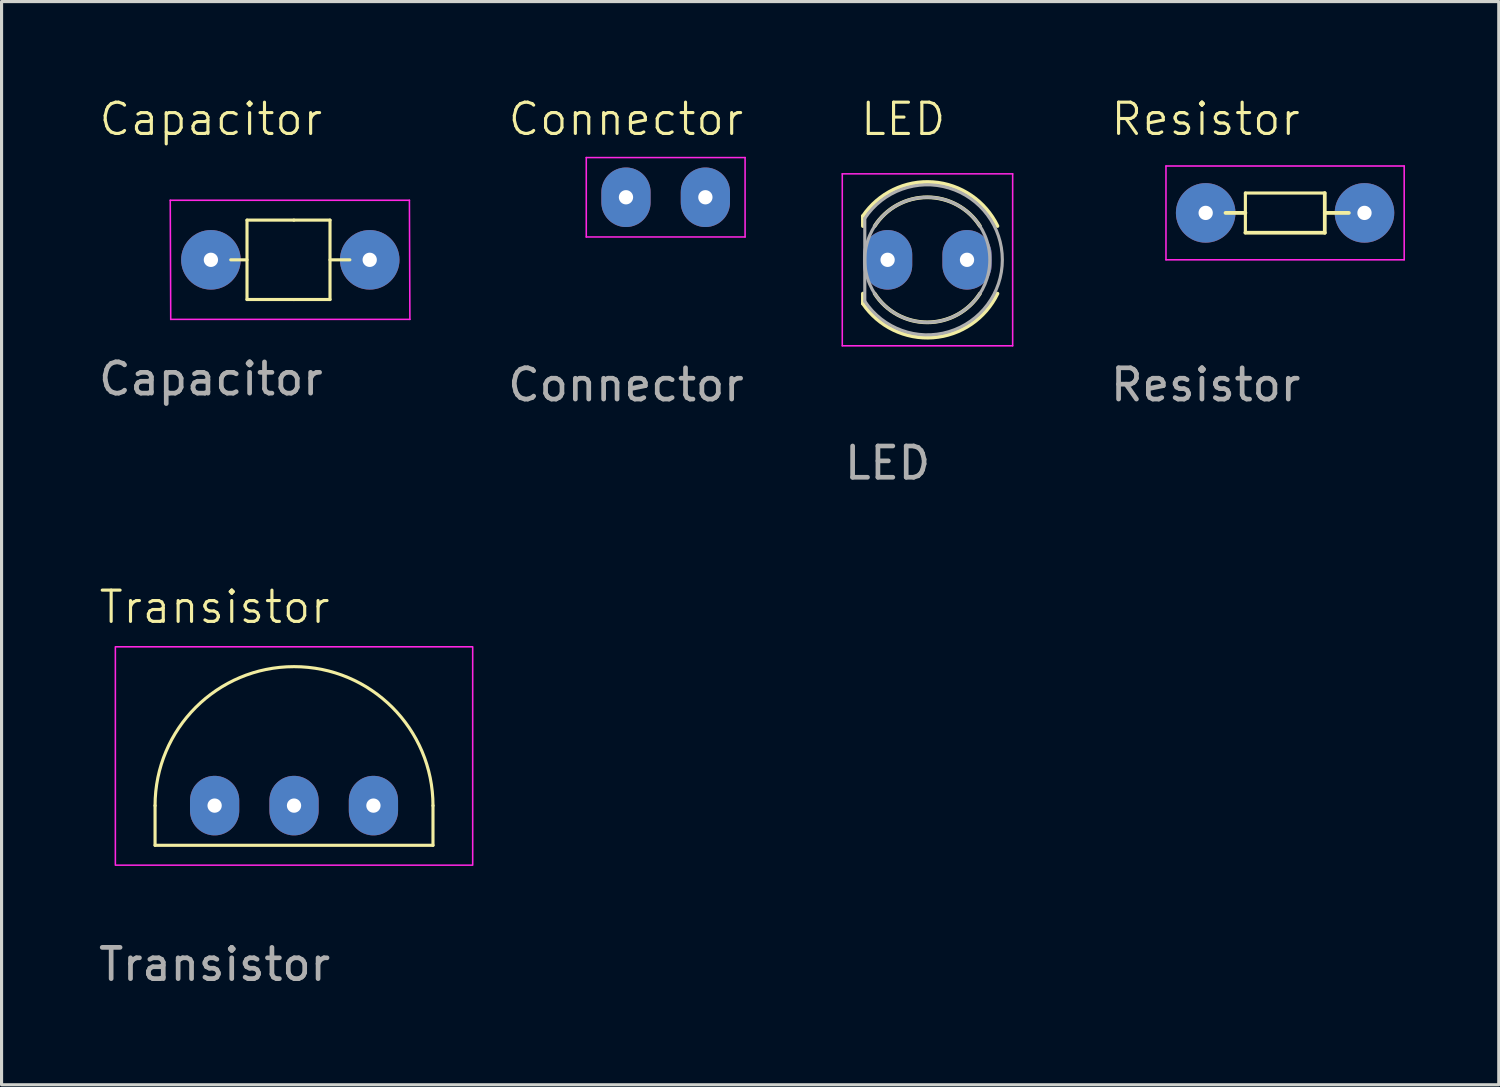
<source format=kicad_pcb>
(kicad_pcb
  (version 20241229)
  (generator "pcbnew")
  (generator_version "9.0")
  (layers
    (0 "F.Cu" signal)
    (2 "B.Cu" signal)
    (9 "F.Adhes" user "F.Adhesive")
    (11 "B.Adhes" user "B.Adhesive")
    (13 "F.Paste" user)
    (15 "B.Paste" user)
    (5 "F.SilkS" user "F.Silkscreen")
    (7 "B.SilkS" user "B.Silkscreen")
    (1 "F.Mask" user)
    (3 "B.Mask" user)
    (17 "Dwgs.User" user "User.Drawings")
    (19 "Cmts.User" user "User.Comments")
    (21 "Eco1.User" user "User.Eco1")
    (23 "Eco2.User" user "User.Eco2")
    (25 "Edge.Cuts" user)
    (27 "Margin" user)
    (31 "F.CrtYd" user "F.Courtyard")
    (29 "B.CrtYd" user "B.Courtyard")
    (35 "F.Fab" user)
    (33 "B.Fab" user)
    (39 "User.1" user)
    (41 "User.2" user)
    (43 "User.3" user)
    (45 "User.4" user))
  (footprint "Capacitor"
    (layer "F.Cu")
    (at 3.696 5.261)
    (property "Reference" "Capacitor" (at 0 -4.5 0) (unlocked yes) (layer "F.SilkS") (effects (font (size 1 1) (thickness 0.1))))
    (attr through_hole)
    (fp_line (start 1.155 -1.27) (end 1.155 1.27) (stroke (width 0.1) (type default)) (layer "F.SilkS"))
    (fp_line (start 1.155 0) (end 0.635 0) (stroke (width 0.1) (type default)) (layer "F.SilkS"))
    (fp_line (start 1.155 1.27) (end 2.655 1.27) (stroke (width 0.1) (type default)) (layer "F.SilkS"))
    (fp_line (start 2.655 -1.27) (end 1.155 -1.27) (stroke (width 0.1) (type default)) (layer "F.SilkS"))
    (fp_line (start 2.655 -1.27) (end 3.81 -1.27) (stroke (width 0.1) (type default)) (layer "F.SilkS"))
    (fp_line (start 3.81 -1.27) (end 3.81 1.27) (stroke (width 0.1) (type default)) (layer "F.SilkS"))
    (fp_line (start 3.81 0) (end 4.445 0) (stroke (width 0.1) (type default)) (layer "F.SilkS"))
    (fp_line (start 3.81 1.27) (end 2.655 1.27) (stroke (width 0.1) (type default)) (layer "F.SilkS"))
    (fp_line (start -1.3 -1.905) (end -1.285 1.905) (stroke (width 0.05) (type solid)) (layer "F.CrtYd"))
    (fp_line (start 6.35 -1.905) (end -1.3 -1.905) (stroke (width 0.05) (type default)) (layer "F.CrtYd"))
    (fp_line (start 6.365 1.905) (end -1.285 1.905) (stroke (width 0.05) (type default)) (layer "F.CrtYd"))
    (fp_line (start 6.365 1.905) (end 6.35 -1.905) (stroke (width 0.05) (type solid)) (layer "F.CrtYd"))
    (fp_text user "${REFERENCE}" (at 0 3.81 0) (unlocked yes) (layer "F.Fab") (effects (font (size 1 1) (thickness 0.15))))
    (pad "1" thru_hole oval (at 0 0) (size 1.905 1.905) (drill 0.457) (layers "*.Cu" "*.Mask"))
    (pad "2" thru_hole oval (at 5.08 0) (size 1.905 1.905) (drill 0.457) (layers "*.Cu" "*.Mask")))
  (footprint "LED"
    (layer "F.Cu")
    (at 25.342 5.261)
    (property "Reference" "LED" (at 0.5 -4.5 0) (unlocked yes) (layer "F.SilkS") (effects (font (size 1 1) (thickness 0.1))))
    (attr through_hole)
    (fp_line (start -0.79 -1.399) (end -0.79 -1.08) (stroke (width 0.12) (type solid)) (layer "F.SilkS"))
    (fp_line (start -0.79 1.08) (end -0.79 1.399) (stroke (width 0.12) (type solid)) (layer "F.SilkS"))
    (fp_arc (start -0.79 -1.398749) (mid 1.453519 -2.483228) (end 3.513242 -1.080724) (stroke (width 0.12) (type solid)) (layer "F.SilkS"))
    (fp_arc (start -0.41333 -1.08) (mid 1.269429 -2) (end 2.952713 -1.080961) (stroke (width 0.12) (type solid)) (layer "F.SilkS"))
    (fp_arc (start 2.952713 1.080961) (mid 1.269429 2) (end -0.41333 1.08) (stroke (width 0.12) (type solid)) (layer "F.SilkS"))
    (fp_arc (start 3.513242 1.080724) (mid 1.453519 2.483228) (end -0.79 1.398749) (stroke (width 0.12) (type solid)) (layer "F.SilkS"))
    (fp_line (start -1.45 -2.75) (end -1.45 2.75) (stroke (width 0.05) (type solid)) (layer "F.CrtYd"))
    (fp_line (start -1.45 2.75) (end 4 2.75) (stroke (width 0.05) (type solid)) (layer "F.CrtYd"))
    (fp_line (start 4 -2.75) (end -1.45 -2.75) (stroke (width 0.05) (type solid)) (layer "F.CrtYd"))
    (fp_line (start 4 2.75) (end 4 -2.75) (stroke (width 0.05) (type solid)) (layer "F.CrtYd"))
    (fp_line (start -0.73 -1.327) (end -0.73 1.327) (stroke (width 0.1) (type solid)) (layer "F.Fab"))
    (fp_arc (start -0.73 -1.32665) (mid 3.670001 0.000308) (end -0.730339 1.32614) (stroke (width 0.1) (type solid)) (layer "F.Fab"))
    (fp_circle (center 1.27 0) (end 3.27 0) (stroke (width 0.1) (type solid)) (fill no) (layer "F.Fab"))
    (fp_text user "${REFERENCE}" (at 0 6.5 0) (unlocked yes) (layer "F.Fab") (effects (font (size 1 1) (thickness 0.15))))
    (pad "1" thru_hole oval (at 0 0) (size 1.575 1.905) (drill 0.457) (layers "*.Cu" "*.Mask"))
    (pad "2" thru_hole oval (at 2.54 0) (size 1.575 1.905) (drill 0.457) (layers "*.Cu" "*.Mask")))
  (footprint "Transistor"
    (layer "F.Cu")
    (at 3.815 22.719)
    (property "Reference" "Transistor" (at 0 -6.35 0) (unlocked yes) (layer "F.SilkS") (effects (font (size 1 1) (thickness 0.1))))
    (attr through_hole)
    (fp_line (start -1.905 1.27) (end -1.905 0) (stroke (width 0.1) (type default)) (layer "F.SilkS"))
    (fp_line (start 6.985 0) (end 6.985 1.27) (stroke (width 0.1) (type default)) (layer "F.SilkS"))
    (fp_line (start 6.985 1.27) (end -1.905 1.27) (stroke (width 0.1) (type default)) (layer "F.SilkS"))
    (fp_arc (start -1.905 0) (mid 2.54 -4.445) (end 6.985 0) (stroke (width 0.1) (type default)) (layer "F.SilkS"))
    (fp_rect (start -3.175 -5.08) (end 8.255 1.905) (stroke (width 0.05) (type default)) (fill no) (layer "F.CrtYd"))
    (fp_text user "${REFERENCE}" (at 0 5.08 0) (unlocked yes) (layer "F.Fab") (effects (font (size 1 1) (thickness 0.15))))
    (pad "1" thru_hole oval (at 0 0) (size 1.575 1.905) (drill 0.457) (layers "*.Cu" "*.Mask"))
    (pad "2" thru_hole oval (at 2.54 0) (size 1.575 1.905) (drill 0.457) (layers "*.Cu" "*.Mask"))
    (pad "3" thru_hole oval (at 5.08 0) (size 1.575 1.905) (drill 0.457) (layers "*.Cu" "*.Mask")))
  (footprint "Resistor"
    (layer "F.Cu")
    (at 35.516 3.76)
    (property "Reference" "Resistor" (at 0 -3 0) (unlocked yes) (layer "F.SilkS") (effects (font (size 1 1) (thickness 0.1))))
    (attr through_hole)
    (fp_line (start 0.635 0) (end 1.27 0) (stroke (width 0.12) (type solid)) (layer "F.SilkS"))
    (fp_line (start 1.27 -0.635) (end 1.27 0.635) (stroke (width 0.1) (type default)) (layer "F.SilkS"))
    (fp_line (start 1.27 -0.635) (end 3.81 -0.635) (stroke (width 0.1) (type default)) (layer "F.SilkS"))
    (fp_line (start 1.27 0.635) (end 3.81 0.635) (stroke (width 0.12) (type solid)) (layer "F.SilkS"))
    (fp_line (start 3.81 0.635) (end 3.81 -0.635) (stroke (width 0.12) (type solid)) (layer "F.SilkS"))
    (fp_line (start 4.58 0) (end 3.81 0) (stroke (width 0.12) (type solid)) (layer "F.SilkS"))
    (fp_line (start -1.27 -1.5) (end -1.27 1.5) (stroke (width 0.05) (type solid)) (layer "F.CrtYd"))
    (fp_line (start -1.27 1.5) (end 6.35 1.5) (stroke (width 0.05) (type default)) (layer "F.CrtYd"))
    (fp_line (start 6.35 -1.5) (end -1.27 -1.5) (stroke (width 0.05) (type default)) (layer "F.CrtYd"))
    (fp_line (start 6.35 1.5) (end 6.35 -1.5) (stroke (width 0.05) (type solid)) (layer "F.CrtYd"))
    (fp_text user "${REFERENCE}" (at 0 5.5 0) (unlocked yes) (layer "F.Fab") (effects (font (size 1 1) (thickness 0.15))))
    (pad "1" thru_hole oval (at 0 0) (size 1.905 1.905) (drill 0.457) (layers "*.Cu" "*.Mask"))
    (pad "2" thru_hole oval (at 5.08 0) (size 1.905 1.905) (drill 0.457) (layers "*.Cu" "*.Mask")))
  (footprint "Connector"
    (layer "F.Cu")
    (at 16.973 3.26)
    (property "Reference" "Connector" (at 0 -2.5 0) (unlocked yes) (layer "F.SilkS") (effects (font (size 1 1) (thickness 0.1))))
    (attr through_hole)
    (fp_line (start -1.27 -1.27) (end -1.27 1.27) (stroke (width 0.05) (type default)) (layer "F.CrtYd"))
    (fp_line (start -1.27 1.27) (end 3.81 1.27) (stroke (width 0.05) (type default)) (layer "F.CrtYd"))
    (fp_line (start 3.81 -1.27) (end -1.27 -1.27) (stroke (width 0.05) (type default)) (layer "F.CrtYd"))
    (fp_line (start 3.81 1.27) (end 3.81 -1.27) (stroke (width 0.05) (type default)) (layer "F.CrtYd"))
    (fp_text user "${REFERENCE}" (at 0 6 0) (unlocked yes) (layer "F.Fab") (effects (font (size 1 1) (thickness 0.15))))
    (pad "1" thru_hole oval (at 0 0) (size 1.575 1.905) (drill 0.457) (layers "*.Cu" "*.Mask"))
    (pad "2" thru_hole oval (at 2.54 0) (size 1.575 1.905) (drill 0.457) (layers "*.Cu" "*.Mask")))
  (gr_rect
    (start -3 -3)
    (end 44.891 31.648)
    (stroke (width 0.1) (type default))
    (fill no)
    (layer "Edge.Cuts")))
</source>
